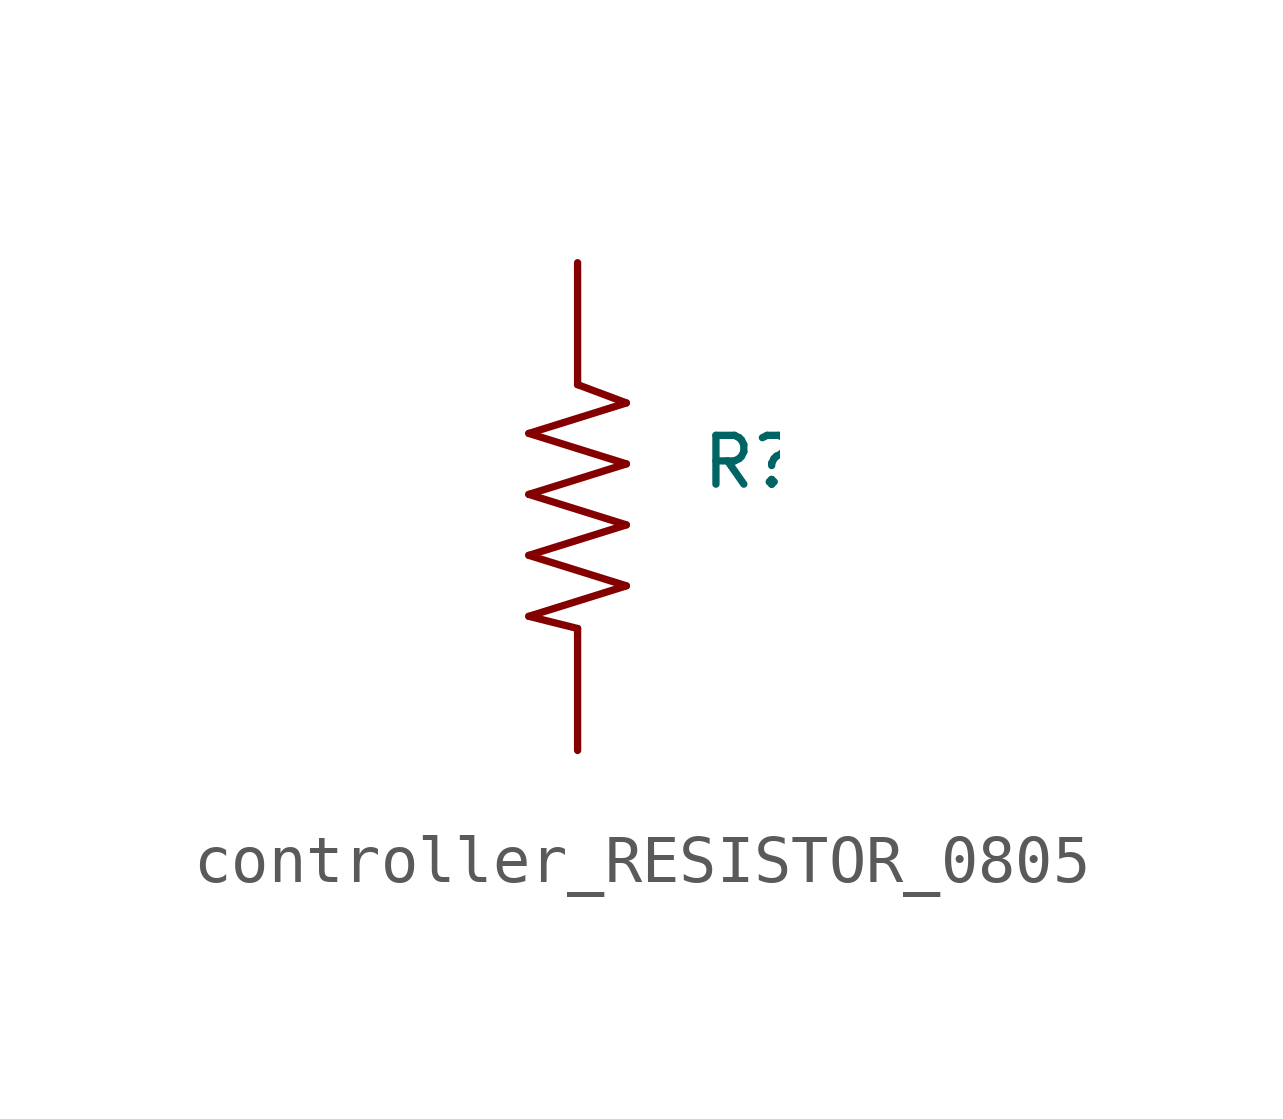
<source format=kicad_sym>
(kicad_symbol_lib
  (version 20241209)
  (generator "kicad_symbol_editor")
  (generator_version "9.0")
  (symbol "controller_RESISTOR_0805"
    (property "Reference" "R"
      (at 2.54 1.524 0)
      (effects (font (size 1.016 1.016)) (justify left top)))
    (property "Value" ""
      (at 2.54 -1.524 0)
      (effects (font (size 1.016 1.016)) (justify left bottom)))
    (property "ki_locked" ""
      (at 0 0 0)
      (effects (font (size 1.27 1.27))))
    (symbol "controller_RESISTOR_0805_1_0"
      (polyline (pts (xy -1.016 1.524) (xy 1.016 0.889)) (stroke (width 0.152) (type solid)) (fill (type none)))
      (polyline (pts (xy -1.016 0.254) (xy 1.016 -0.381)) (stroke (width 0.152) (type solid)) (fill (type none)))
      (polyline (pts (xy -1.016 -1.016) (xy 1.016 -1.651)) (stroke (width 0.152) (type solid)) (fill (type none)))
      (polyline (pts (xy -1.016 -2.286) (xy 0 -2.54)) (stroke (width 0.152) (type solid)) (fill (type none)))
      (polyline (pts (xy 0 2.54) (xy 1.016 2.159)) (stroke (width 0.152) (type solid)) (fill (type none)))
      (polyline (pts (xy 1.016 2.159) (xy -1.016 1.524)) (stroke (width 0.152) (type solid)) (fill (type none)))
      (polyline (pts (xy 1.016 0.889) (xy -1.016 0.254)) (stroke (width 0.152) (type solid)) (fill (type none)))
      (polyline (pts (xy 1.016 -0.381) (xy -1.016 -1.016)) (stroke (width 0.152) (type solid)) (fill (type none)))
      (polyline (pts (xy 1.016 -1.651) (xy -1.016 -2.286)) (stroke (width 0.152) (type solid)) (fill (type none)))
      (pin passive line (at 0 5.08 270) (length 2.54) (name "P$1" (effects (font (size 0 0)))) (number "P$1" (effects (font (size 0 0)))))
      (pin passive line (at 0 -5.08 90) (length 2.54) (name "P$2" (effects (font (size 0 0)))) (number "P$2" (effects (font (size 0 0))))))))
</source>
